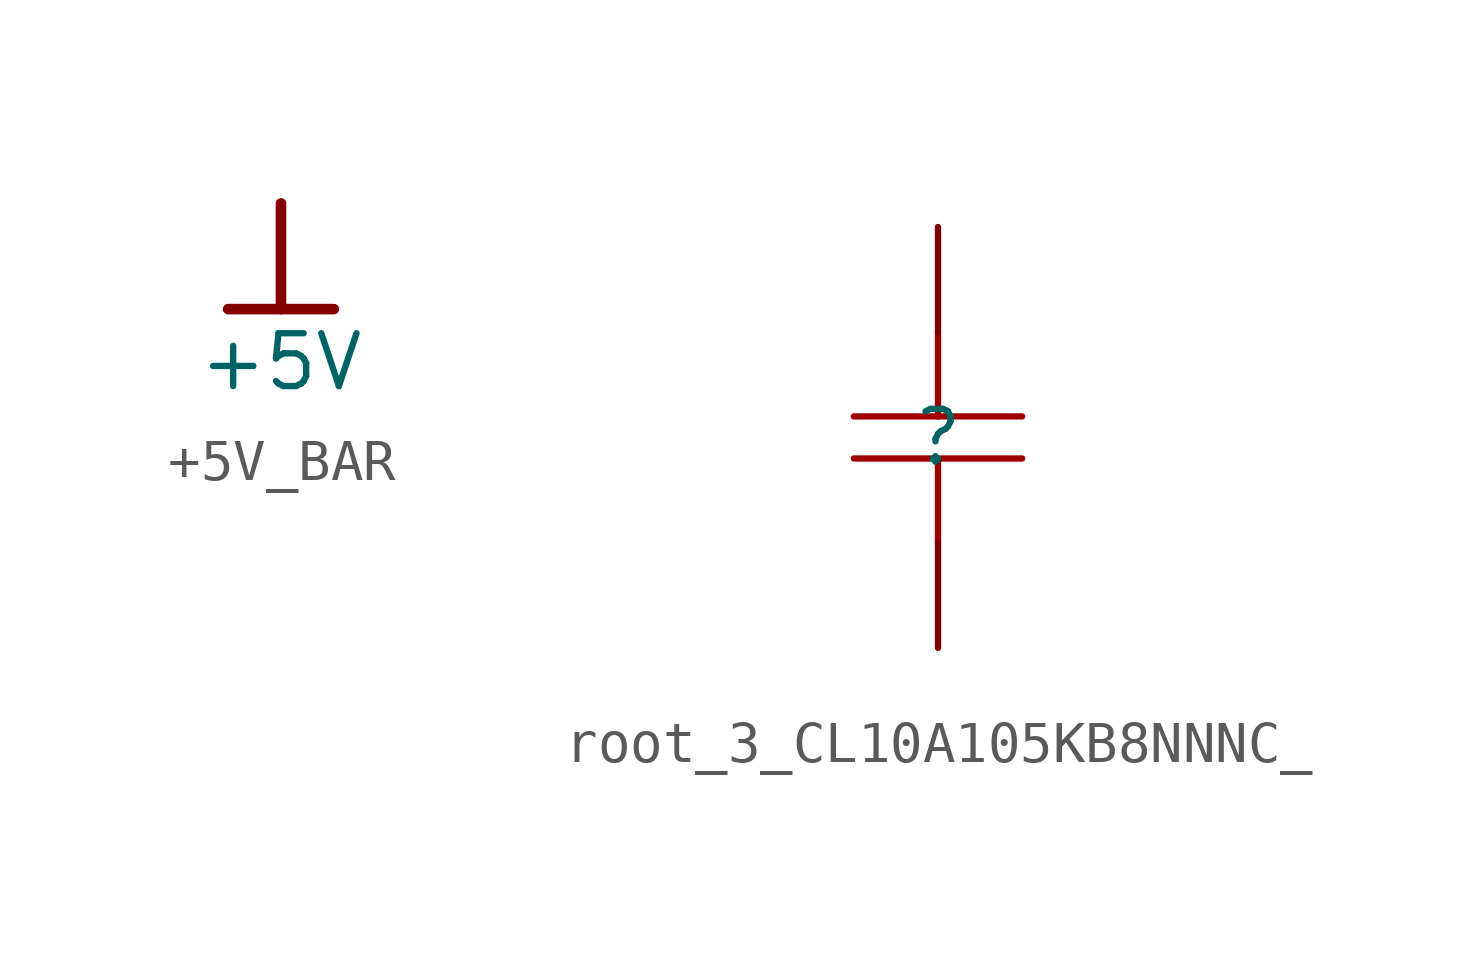
<source format=kicad_sym>
(kicad_symbol_lib
  (version 20241209)
  (generator "kicad_symbol_editor")
  (generator_version "9.0")
  (symbol "+5V_BAR"
    (power)
    (property "Reference" "#PWR"
      (at 0 0 0)
      (effects (font (size 1.27 1.27)) (hide yes)))
    (property "Value" "+5V"
      (at 0 -3.81 0)
      (effects (font (size 1.27 1.27))))
    (symbol "+5V_BAR_0_0"
      (polyline (pts (xy -1.27 -2.54) (xy 1.27 -2.54)) (stroke (width 0.254) (type solid)) (fill (type none)))
      (polyline (pts (xy 0 0) (xy 0 -2.54)) (stroke (width 0.254) (type solid)) (fill (type none)))
      (pin power_in line (at 0 0 0) (length 0) (hide yes) (name "+5V" (effects (font (size 1.27 1.27)))) (number "" (effects (font (size 1.27 1.27)))))))
  (symbol "root_3_CL10A105KB8NNNC_"
    (pin_numbers
      (hide yes))
    (pin_names
      (hide yes))
    (property "Reference" ""
      (at 0 0 0)
      (effects (font (size 1.27 1.27))))
    (property "Value" ""
      (at 0 0 0)
      (effects (font (size 1.27 1.27))))
    (symbol "root_3_CL10A105KB8NNNC__1_0"
      (polyline (pts (xy -2.032 0.508) (xy 2.032 0.508)) (stroke (width 0) (type solid) (color 160 0 0 1)) (fill (type none)))
      (polyline (pts (xy 0 0.508) (xy 0 2.54)) (stroke (width 0) (type solid) (color 160 0 0 1)) (fill (type none)))
      (polyline (pts (xy 0 -2.54) (xy 0 -0.508)) (stroke (width 0) (type solid) (color 160 0 0 1)) (fill (type none)))
      (polyline (pts (xy 2.032 -0.508) (xy -2.032 -0.508)) (stroke (width 0) (type solid) (color 160 0 0 1)) (fill (type none)))
      (pin passive line (at 0 5.08 270) (length 2.54) (name "1" (effects (font (size 1.27 1.27)))) (number "1" (effects (font (size 1.27 1.27)))))
      (pin passive line (at 0 -5.08 90) (length 2.54) (name "2" (effects (font (size 1.27 1.27)))) (number "2" (effects (font (size 1.27 1.27))))))))
</source>
